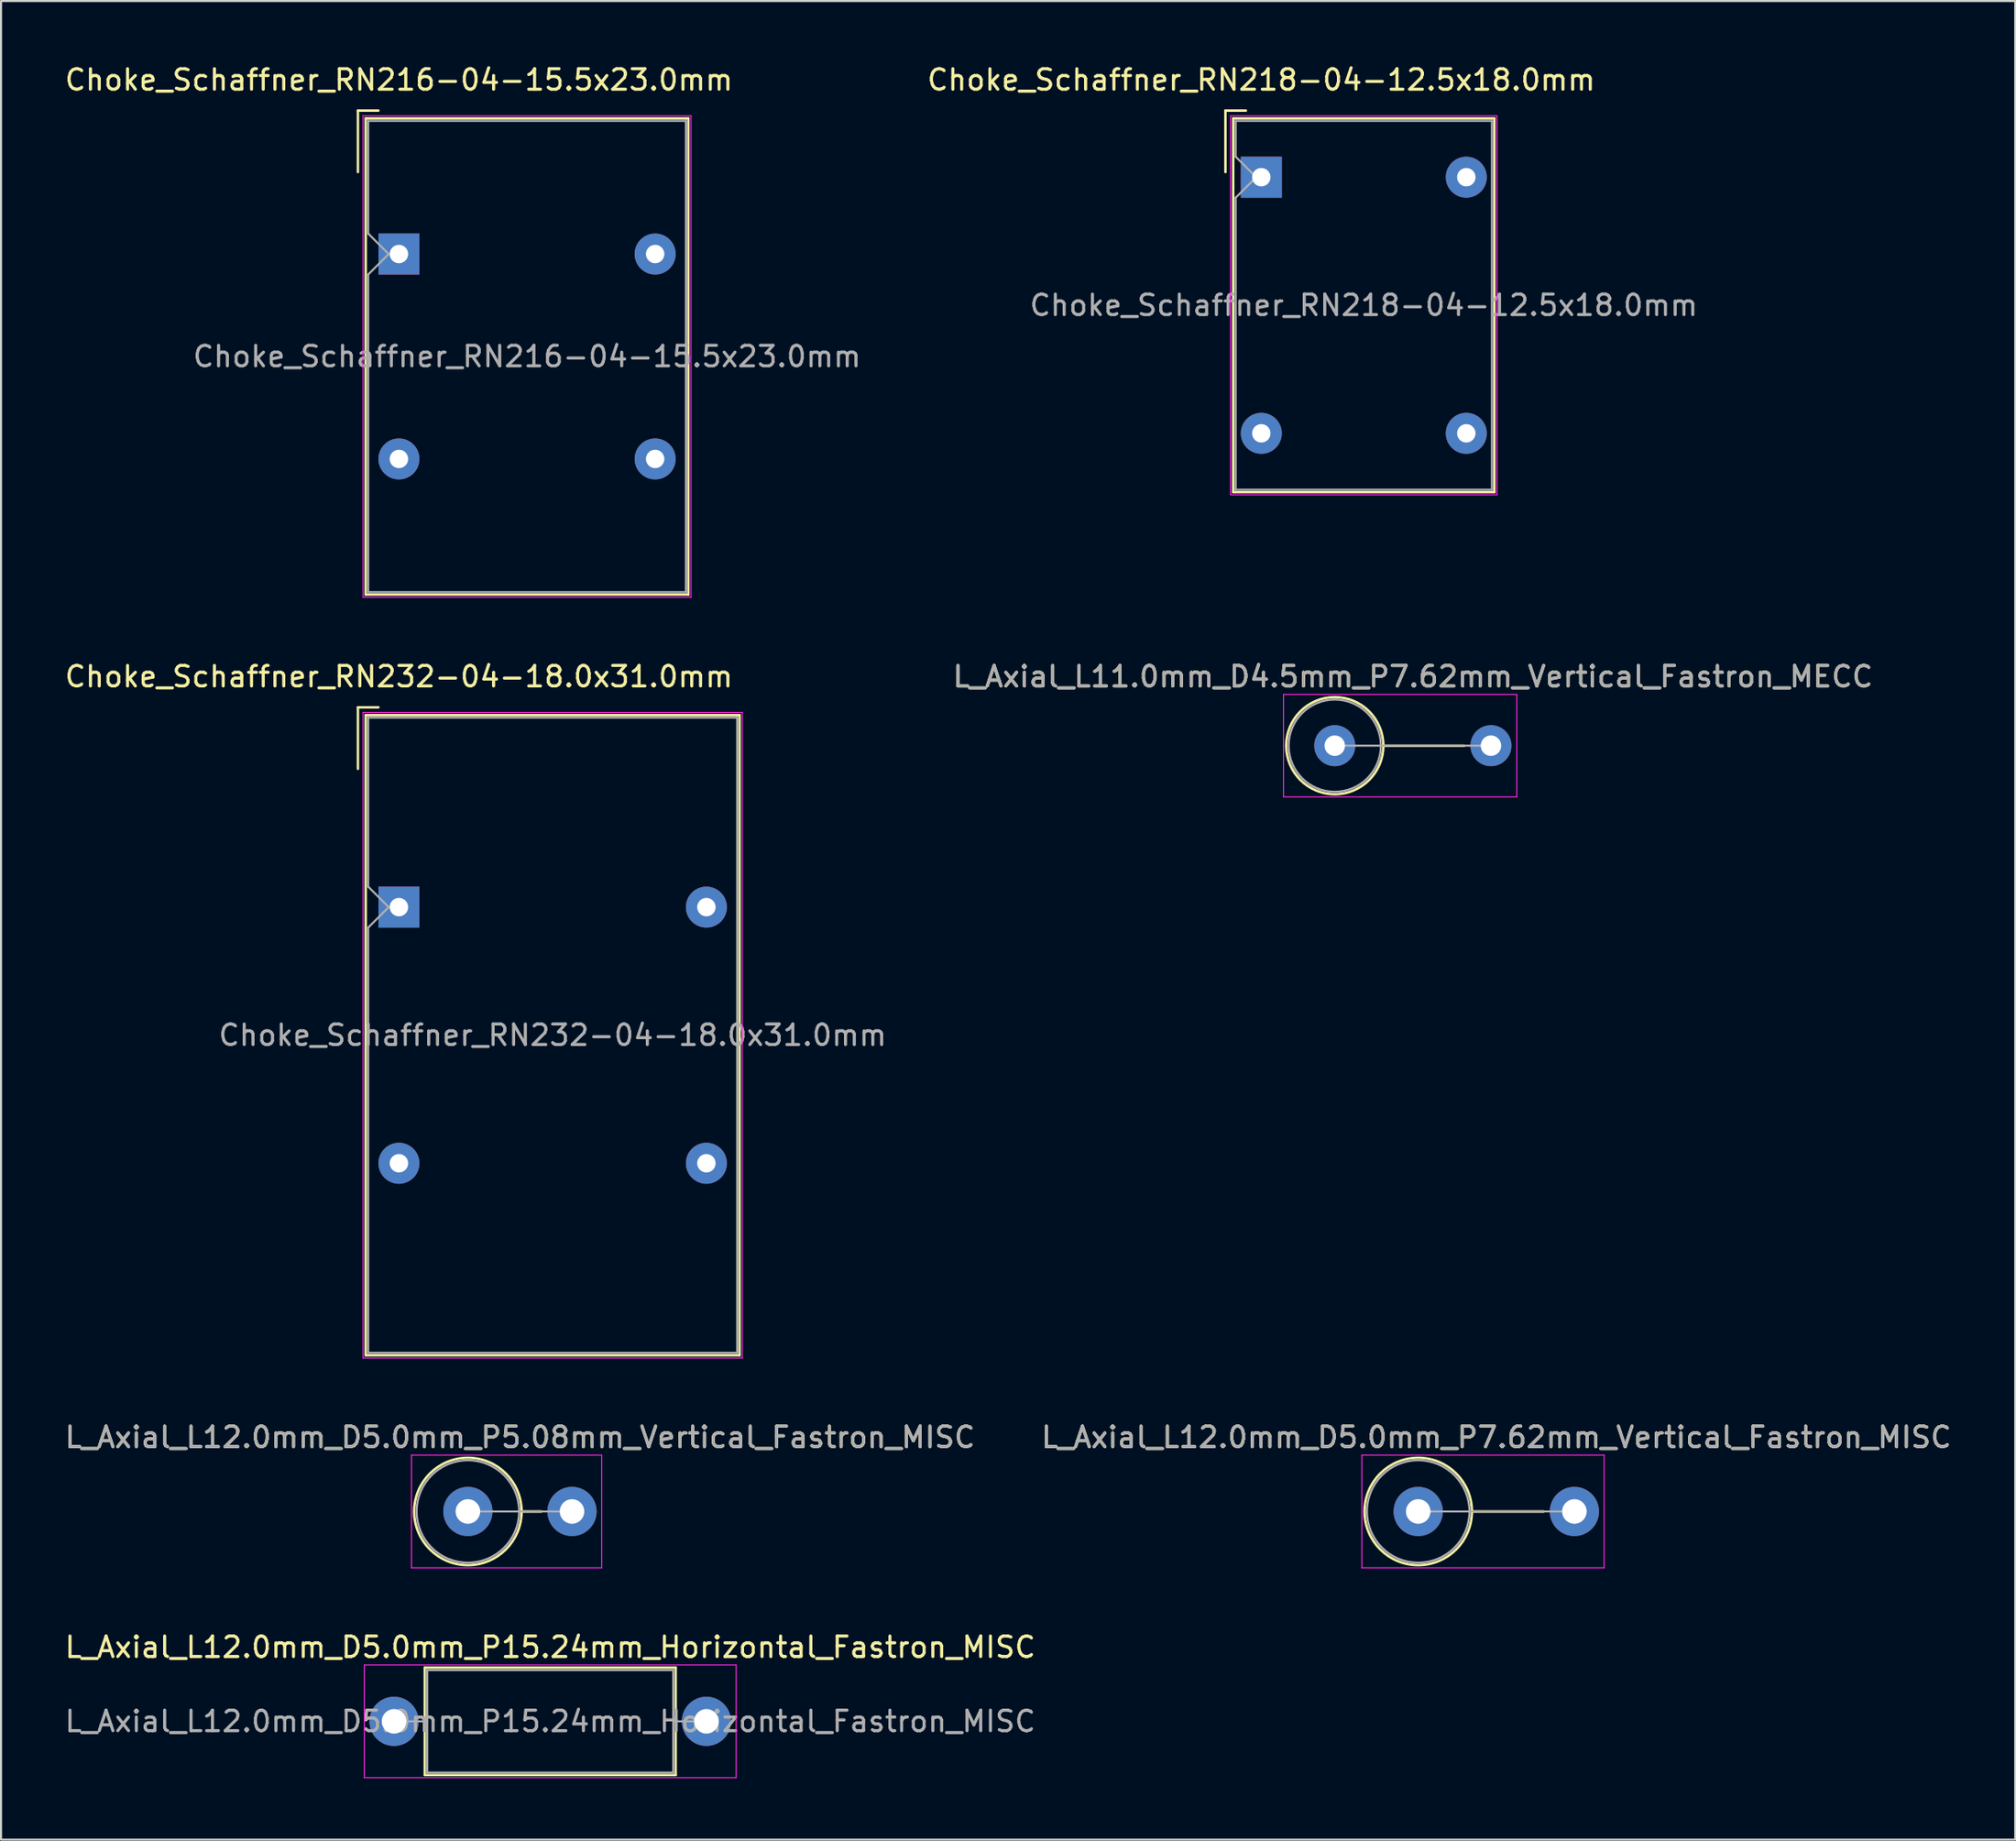
<source format=kicad_pcb>
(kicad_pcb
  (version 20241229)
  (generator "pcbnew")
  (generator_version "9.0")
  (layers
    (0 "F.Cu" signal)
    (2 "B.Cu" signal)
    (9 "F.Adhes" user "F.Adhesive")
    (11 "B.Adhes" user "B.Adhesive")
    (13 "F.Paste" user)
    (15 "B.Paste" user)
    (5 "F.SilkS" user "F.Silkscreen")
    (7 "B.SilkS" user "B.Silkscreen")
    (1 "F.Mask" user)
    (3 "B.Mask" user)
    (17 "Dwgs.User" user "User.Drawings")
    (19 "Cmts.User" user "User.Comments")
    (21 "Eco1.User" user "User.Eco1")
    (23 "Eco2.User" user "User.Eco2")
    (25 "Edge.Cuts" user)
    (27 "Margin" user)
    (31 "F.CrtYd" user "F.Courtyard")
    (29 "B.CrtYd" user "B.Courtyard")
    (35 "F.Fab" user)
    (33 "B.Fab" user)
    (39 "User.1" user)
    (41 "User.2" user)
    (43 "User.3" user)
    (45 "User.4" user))
  (footprint "Choke_Schaffner_RN218-04-12.5x18.0mm"
    (layer "F.Cu")
    (at 58.482 5.598)
    (property "Reference" "Choke_Schaffner_RN218-04-12.5x18.0mm" (at 0 -4.75 0) (layer "F.SilkS") (effects (font (size 1 1) (thickness 0.15))))
    (attr through_hole)
    (fp_line (start -1.75 -3.25) (end -1.75 -0.25) (stroke (width 0.12) (type solid)) (layer "F.SilkS"))
    (fp_line (start -1.75 -3.25) (end -0.75 -3.25) (stroke (width 0.12) (type solid)) (layer "F.SilkS"))
    (fp_line (start -1.37 -2.87) (end 11.37 -2.87) (stroke (width 0.12) (type solid)) (layer "F.SilkS"))
    (fp_line (start -1.37 15.37) (end -1.37 -2.87) (stroke (width 0.12) (type solid)) (layer "F.SilkS"))
    (fp_line (start 11.37 -2.87) (end 11.37 15.37) (stroke (width 0.12) (type solid)) (layer "F.SilkS"))
    (fp_line (start 11.37 15.37) (end -1.37 15.37) (stroke (width 0.12) (type solid)) (layer "F.SilkS"))
    (fp_line (start -1.5 -3) (end -1.5 15.5) (stroke (width 0.05) (type solid)) (layer "F.CrtYd"))
    (fp_line (start -1.5 15.5) (end 11.5 15.5) (stroke (width 0.05) (type solid)) (layer "F.CrtYd"))
    (fp_line (start 11.5 -3) (end -1.5 -3) (stroke (width 0.05) (type solid)) (layer "F.CrtYd"))
    (fp_line (start 11.5 15.5) (end 11.5 -3) (stroke (width 0.05) (type solid)) (layer "F.CrtYd"))
    (fp_line (start -1.25 -2.75) (end 11.25 -2.75) (stroke (width 0.1) (type solid)) (layer "F.Fab"))
    (fp_line (start -1.25 -1) (end -1.25 -2.75) (stroke (width 0.1) (type solid)) (layer "F.Fab"))
    (fp_line (start -1.25 1) (end -0.25 0) (stroke (width 0.1) (type solid)) (layer "F.Fab"))
    (fp_line (start -1.25 15.25) (end -1.25 1) (stroke (width 0.1) (type solid)) (layer "F.Fab"))
    (fp_line (start -0.25 0) (end -1.25 -1) (stroke (width 0.1) (type solid)) (layer "F.Fab"))
    (fp_line (start 11.25 -2.75) (end 11.25 15.25) (stroke (width 0.1) (type solid)) (layer "F.Fab"))
    (fp_line (start 11.25 15.25) (end -1.25 15.25) (stroke (width 0.1) (type solid)) (layer "F.Fab"))
    (fp_text user "${REFERENCE}" (at 5 6.25 0) (layer "F.Fab") (effects (font (size 1 1) (thickness 0.15))))
    (pad "1" thru_hole rect (at 0 0) (size 2 2) (drill 0.9) (layers "*.Cu" "*.Mask"))
    (pad "2" thru_hole circle (at 10 0) (size 2 2) (drill 0.9) (layers "*.Cu" "*.Mask"))
    (pad "3" thru_hole circle (at 0 12.5) (size 2 2) (drill 0.9) (layers "*.Cu" "*.Mask"))
    (pad "4" thru_hole circle (at 10 12.5) (size 2 2) (drill 0.9) (layers "*.Cu" "*.Mask")))
  (footprint "Choke_Schaffner_RN216-04-15.5x23.0mm"
    (layer "F.Cu")
    (at 16.411 9.348)
    (property "Reference" "Choke_Schaffner_RN216-04-15.5x23.0mm" (at 0 -8.5 0) (layer "F.SilkS") (effects (font (size 1 1) (thickness 0.15))))
    (attr through_hole)
    (fp_line (start -2 -7) (end -2 -4) (stroke (width 0.12) (type solid)) (layer "F.SilkS"))
    (fp_line (start -2 -7) (end -1 -7) (stroke (width 0.12) (type solid)) (layer "F.SilkS"))
    (fp_line (start -1.62 -6.62) (end 14.12 -6.62) (stroke (width 0.12) (type solid)) (layer "F.SilkS"))
    (fp_line (start -1.62 16.62) (end -1.62 -6.62) (stroke (width 0.12) (type solid)) (layer "F.SilkS"))
    (fp_line (start 14.12 -6.62) (end 14.12 16.62) (stroke (width 0.12) (type solid)) (layer "F.SilkS"))
    (fp_line (start 14.12 16.62) (end -1.62 16.62) (stroke (width 0.12) (type solid)) (layer "F.SilkS"))
    (fp_line (start -1.75 -6.75) (end -1.75 16.75) (stroke (width 0.05) (type solid)) (layer "F.CrtYd"))
    (fp_line (start -1.75 16.75) (end 14.25 16.75) (stroke (width 0.05) (type solid)) (layer "F.CrtYd"))
    (fp_line (start 14.25 -6.75) (end -1.75 -6.75) (stroke (width 0.05) (type solid)) (layer "F.CrtYd"))
    (fp_line (start 14.25 16.75) (end 14.25 -6.75) (stroke (width 0.05) (type solid)) (layer "F.CrtYd"))
    (fp_line (start -1.5 -6.5) (end 14 -6.5) (stroke (width 0.1) (type solid)) (layer "F.Fab"))
    (fp_line (start -1.5 -1) (end -1.5 -6.5) (stroke (width 0.1) (type solid)) (layer "F.Fab"))
    (fp_line (start -1.5 1) (end -0.5 0) (stroke (width 0.1) (type solid)) (layer "F.Fab"))
    (fp_line (start -1.5 16.5) (end -1.5 1) (stroke (width 0.1) (type solid)) (layer "F.Fab"))
    (fp_line (start -0.5 0) (end -1.5 -1) (stroke (width 0.1) (type solid)) (layer "F.Fab"))
    (fp_line (start 14 -6.5) (end 14 16.5) (stroke (width 0.1) (type solid)) (layer "F.Fab"))
    (fp_line (start 14 16.5) (end -1.5 16.5) (stroke (width 0.1) (type solid)) (layer "F.Fab"))
    (fp_text user "${REFERENCE}" (at 6.25 5 0) (layer "F.Fab") (effects (font (size 1 1) (thickness 0.15))))
    (pad "1" thru_hole rect (at 0 0) (size 2 2) (drill 0.9) (layers "*.Cu" "*.Mask"))
    (pad "2" thru_hole circle (at 12.5 0) (size 2 2) (drill 0.9) (layers "*.Cu" "*.Mask"))
    (pad "3" thru_hole circle (at 0 10) (size 2 2) (drill 0.9) (layers "*.Cu" "*.Mask"))
    (pad "4" thru_hole circle (at 12.5 10) (size 2 2) (drill 0.9) (layers "*.Cu" "*.Mask")))
  (footprint "L_Axial_L12.0mm_D5.0mm_P15.24mm_Horizontal_Fastron_MISC"
    (layer "F.Cu")
    (at 16.172 80.958)
    (property "Reference" "L_Axial_L12.0mm_D5.0mm_P15.24mm_Horizontal_Fastron_MISC" (at 7.62 -3.62 0) (layer "F.SilkS") (effects (font (size 1 1) (thickness 0.15))))
    (attr through_hole)
    (fp_line (start 1.44 0) (end 1.5 0) (stroke (width 0.12) (type solid)) (layer "F.SilkS"))
    (fp_line (start 1.5 -2.62) (end 1.5 2.62) (stroke (width 0.12) (type solid)) (layer "F.SilkS"))
    (fp_line (start 1.5 2.62) (end 13.74 2.62) (stroke (width 0.12) (type solid)) (layer "F.SilkS"))
    (fp_line (start 13.74 -2.62) (end 1.5 -2.62) (stroke (width 0.12) (type solid)) (layer "F.SilkS"))
    (fp_line (start 13.74 2.62) (end 13.74 -2.62) (stroke (width 0.12) (type solid)) (layer "F.SilkS"))
    (fp_line (start 13.8 0) (end 13.74 0) (stroke (width 0.12) (type solid)) (layer "F.SilkS"))
    (fp_line (start -1.45 -2.75) (end -1.45 2.75) (stroke (width 0.05) (type solid)) (layer "F.CrtYd"))
    (fp_line (start -1.45 2.75) (end 16.69 2.75) (stroke (width 0.05) (type solid)) (layer "F.CrtYd"))
    (fp_line (start 16.69 -2.75) (end -1.45 -2.75) (stroke (width 0.05) (type solid)) (layer "F.CrtYd"))
    (fp_line (start 16.69 2.75) (end 16.69 -2.75) (stroke (width 0.05) (type solid)) (layer "F.CrtYd"))
    (fp_line (start 0 0) (end 1.62 0) (stroke (width 0.1) (type solid)) (layer "F.Fab"))
    (fp_line (start 1.62 -2.5) (end 1.62 2.5) (stroke (width 0.1) (type solid)) (layer "F.Fab"))
    (fp_line (start 1.62 2.5) (end 13.62 2.5) (stroke (width 0.1) (type solid)) (layer "F.Fab"))
    (fp_line (start 13.62 -2.5) (end 1.62 -2.5) (stroke (width 0.1) (type solid)) (layer "F.Fab"))
    (fp_line (start 13.62 2.5) (end 13.62 -2.5) (stroke (width 0.1) (type solid)) (layer "F.Fab"))
    (fp_line (start 15.24 0) (end 13.62 0) (stroke (width 0.1) (type solid)) (layer "F.Fab"))
    (fp_text user "${REFERENCE}" (at 7.62 0 0) (layer "F.Fab") (effects (font (size 1 1) (thickness 0.15))))
    (pad "1" thru_hole circle (at 0 0) (size 2.4 2.4) (drill 1.2) (layers "*.Cu" "*.Mask"))
    (pad "2" thru_hole oval (at 15.24 0) (size 2.4 2.4) (drill 1.2) (layers "*.Cu" "*.Mask")))
  (footprint "L_Axial_L12.0mm_D5.0mm_P7.62mm_Vertical_Fastron_MISC"
    (layer "F.Cu")
    (at 66.136 70.715)
    (property "Reference" "L_Axial_L12.0mm_D5.0mm_P7.62mm_Vertical_Fastron_MISC" (at 3.81 -3.62 0) (layer "F.SilkS") (effects (font (size 1 1) (thickness 0.15))))
    (attr through_hole)
    (fp_line (start 2.62 0) (end 6.12 0) (stroke (width 0.12) (type solid)) (layer "F.SilkS"))
    (fp_circle (center 0 0) (end 2.62 0) (stroke (width 0.12) (type solid)) (fill no) (layer "F.SilkS"))
    (fp_line (start -2.75 -2.75) (end -2.75 2.75) (stroke (width 0.05) (type solid)) (layer "F.CrtYd"))
    (fp_line (start -2.75 2.75) (end 9.07 2.75) (stroke (width 0.05) (type solid)) (layer "F.CrtYd"))
    (fp_line (start 9.07 -2.75) (end -2.75 -2.75) (stroke (width 0.05) (type solid)) (layer "F.CrtYd"))
    (fp_line (start 9.07 2.75) (end 9.07 -2.75) (stroke (width 0.05) (type solid)) (layer "F.CrtYd"))
    (fp_line (start 0 0) (end 7.62 0) (stroke (width 0.1) (type solid)) (layer "F.Fab"))
    (fp_circle (center 0 0) (end 2.5 0) (stroke (width 0.1) (type solid)) (fill no) (layer "F.Fab"))
    (fp_text user "${REFERENCE}" (at 3.81 -3.62 0) (layer "F.Fab") (effects (font (size 1 1) (thickness 0.15))))
    (pad "1" thru_hole circle (at 0 0) (size 2.4 2.4) (drill 1.2) (layers "*.Cu" "*.Mask"))
    (pad "2" thru_hole oval (at 7.62 0) (size 2.4 2.4) (drill 1.2) (layers "*.Cu" "*.Mask")))
  (footprint "Choke_Schaffner_RN232-04-18.0x31.0mm"
    (layer "F.Cu")
    (at 16.411 41.221)
    (property "Reference" "Choke_Schaffner_RN232-04-18.0x31.0mm" (at 0 -11.25 0) (layer "F.SilkS") (effects (font (size 1 1) (thickness 0.15))))
    (attr through_hole)
    (fp_line (start -2 -9.75) (end -2 -6.75) (stroke (width 0.12) (type solid)) (layer "F.SilkS"))
    (fp_line (start -2 -9.75) (end -1 -9.75) (stroke (width 0.12) (type solid)) (layer "F.SilkS"))
    (fp_line (start -1.62 -9.37) (end 16.62 -9.37) (stroke (width 0.12) (type solid)) (layer "F.SilkS"))
    (fp_line (start -1.62 21.87) (end -1.62 -9.37) (stroke (width 0.12) (type solid)) (layer "F.SilkS"))
    (fp_line (start 16.62 -9.37) (end 16.62 21.87) (stroke (width 0.12) (type solid)) (layer "F.SilkS"))
    (fp_line (start 16.62 21.87) (end -1.62 21.87) (stroke (width 0.12) (type solid)) (layer "F.SilkS"))
    (fp_line (start -1.75 -9.5) (end -1.75 22) (stroke (width 0.05) (type solid)) (layer "F.CrtYd"))
    (fp_line (start -1.75 22) (end 16.75 22) (stroke (width 0.05) (type solid)) (layer "F.CrtYd"))
    (fp_line (start 16.75 -9.5) (end -1.75 -9.5) (stroke (width 0.05) (type solid)) (layer "F.CrtYd"))
    (fp_line (start 16.75 22) (end 16.75 -9.5) (stroke (width 0.05) (type solid)) (layer "F.CrtYd"))
    (fp_line (start -1.5 -9.25) (end 16.5 -9.25) (stroke (width 0.1) (type solid)) (layer "F.Fab"))
    (fp_line (start -1.5 -1) (end -1.5 -9.25) (stroke (width 0.1) (type solid)) (layer "F.Fab"))
    (fp_line (start -1.5 1) (end -0.5 0) (stroke (width 0.1) (type solid)) (layer "F.Fab"))
    (fp_line (start -1.5 21.75) (end -1.5 1) (stroke (width 0.1) (type solid)) (layer "F.Fab"))
    (fp_line (start -0.5 0) (end -1.5 -1) (stroke (width 0.1) (type solid)) (layer "F.Fab"))
    (fp_line (start 16.5 -9.25) (end 16.5 21.75) (stroke (width 0.1) (type solid)) (layer "F.Fab"))
    (fp_line (start 16.5 21.75) (end -1.5 21.75) (stroke (width 0.1) (type solid)) (layer "F.Fab"))
    (fp_text user "${REFERENCE}" (at 7.5 6.25 0) (layer "F.Fab") (effects (font (size 1 1) (thickness 0.15))))
    (pad "1" thru_hole rect (at 0 0) (size 2 2) (drill 0.9) (layers "*.Cu" "*.Mask"))
    (pad "2" thru_hole circle (at 15 0) (size 2 2) (drill 0.9) (layers "*.Cu" "*.Mask"))
    (pad "3" thru_hole circle (at 0 12.5) (size 2 2) (drill 0.9) (layers "*.Cu" "*.Mask"))
    (pad "4" thru_hole circle (at 15 12.5) (size 2 2) (drill 0.9) (layers "*.Cu" "*.Mask")))
  (footprint "L_Axial_L12.0mm_D5.0mm_P5.08mm_Vertical_Fastron_MISC"
    (layer "F.Cu")
    (at 19.775 70.715)
    (property "Reference" "L_Axial_L12.0mm_D5.0mm_P5.08mm_Vertical_Fastron_MISC" (at 2.54 -3.62 0) (layer "F.SilkS") (effects (font (size 1 1) (thickness 0.15))))
    (attr through_hole)
    (fp_line (start 2.62 0) (end 3.58 0) (stroke (width 0.12) (type solid)) (layer "F.SilkS"))
    (fp_circle (center 0 0) (end 2.62 0) (stroke (width 0.12) (type solid)) (fill no) (layer "F.SilkS"))
    (fp_line (start -2.75 -2.75) (end -2.75 2.75) (stroke (width 0.05) (type solid)) (layer "F.CrtYd"))
    (fp_line (start -2.75 2.75) (end 6.53 2.75) (stroke (width 0.05) (type solid)) (layer "F.CrtYd"))
    (fp_line (start 6.53 -2.75) (end -2.75 -2.75) (stroke (width 0.05) (type solid)) (layer "F.CrtYd"))
    (fp_line (start 6.53 2.75) (end 6.53 -2.75) (stroke (width 0.05) (type solid)) (layer "F.CrtYd"))
    (fp_line (start 0 0) (end 5.08 0) (stroke (width 0.1) (type solid)) (layer "F.Fab"))
    (fp_circle (center 0 0) (end 2.5 0) (stroke (width 0.1) (type solid)) (fill no) (layer "F.Fab"))
    (fp_text user "${REFERENCE}" (at 2.54 -3.62 0) (layer "F.Fab") (effects (font (size 1 1) (thickness 0.15))))
    (pad "1" thru_hole circle (at 0 0) (size 2.4 2.4) (drill 1.2) (layers "*.Cu" "*.Mask"))
    (pad "2" thru_hole oval (at 5.08 0) (size 2.4 2.4) (drill 1.2) (layers "*.Cu" "*.Mask")))
  (footprint "L_Axial_L11.0mm_D4.5mm_P7.62mm_Vertical_Fastron_MECC"
    (layer "F.Cu")
    (at 62.065 33.342)
    (property "Reference" "L_Axial_L11.0mm_D4.5mm_P7.62mm_Vertical_Fastron_MECC" (at 3.81 -3.37 0) (layer "F.SilkS") (effects (font (size 1 1) (thickness 0.15))))
    (attr through_hole)
    (fp_line (start 2.37 0) (end 6.32 0) (stroke (width 0.12) (type solid)) (layer "F.SilkS"))
    (fp_circle (center 0 0) (end 2.37 0) (stroke (width 0.12) (type solid)) (fill no) (layer "F.SilkS"))
    (fp_line (start -2.5 -2.5) (end -2.5 2.5) (stroke (width 0.05) (type solid)) (layer "F.CrtYd"))
    (fp_line (start -2.5 2.5) (end 8.88 2.5) (stroke (width 0.05) (type solid)) (layer "F.CrtYd"))
    (fp_line (start 8.88 -2.5) (end -2.5 -2.5) (stroke (width 0.05) (type solid)) (layer "F.CrtYd"))
    (fp_line (start 8.88 2.5) (end 8.88 -2.5) (stroke (width 0.05) (type solid)) (layer "F.CrtYd"))
    (fp_line (start 0 0) (end 7.62 0) (stroke (width 0.1) (type solid)) (layer "F.Fab"))
    (fp_circle (center 0 0) (end 2.25 0) (stroke (width 0.1) (type solid)) (fill no) (layer "F.Fab"))
    (fp_text user "${REFERENCE}" (at 3.81 -3.37 0) (layer "F.Fab") (effects (font (size 1 1) (thickness 0.15))))
    (pad "1" thru_hole circle (at 0 0) (size 2 2) (drill 1) (layers "*.Cu" "*.Mask"))
    (pad "2" thru_hole oval (at 7.62 0) (size 2 2) (drill 1) (layers "*.Cu" "*.Mask")))
  (gr_rect
    (start -3 -3)
    (end 95.262 86.733)
    (stroke (width 0.1) (type default))
    (fill no)
    (layer "Edge.Cuts")))
</source>
